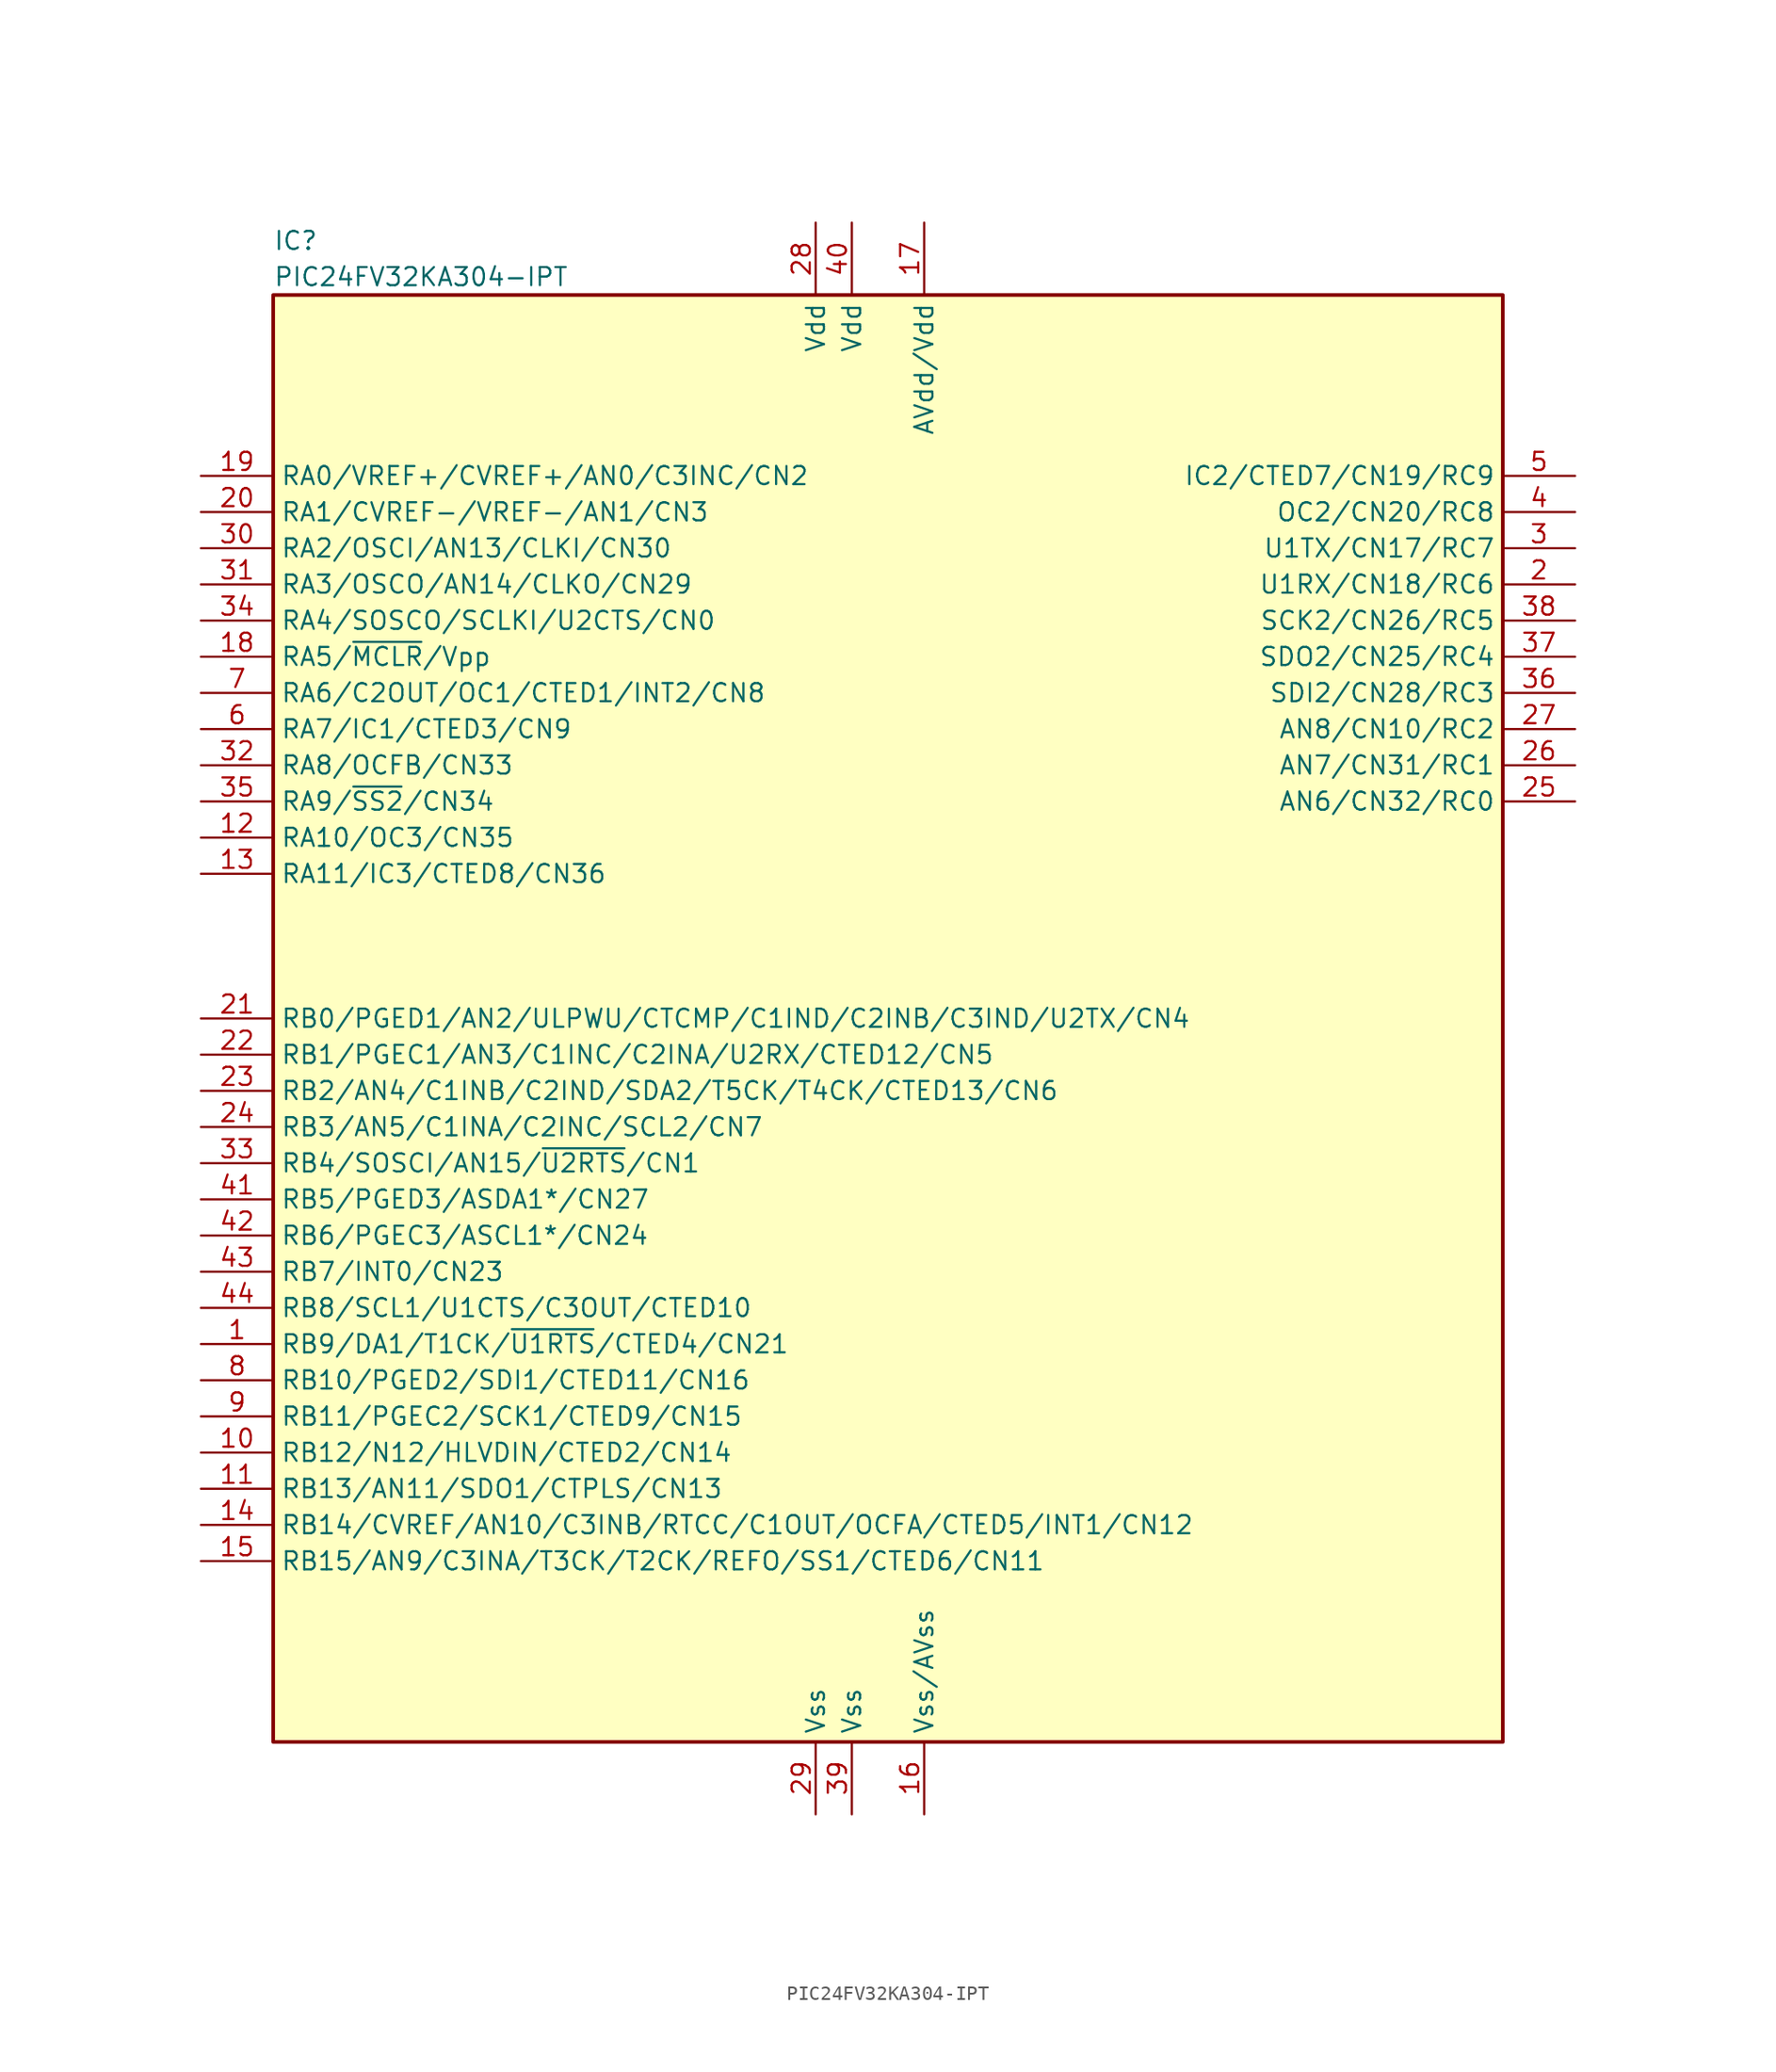
<source format=kicad_sym>
(kicad_symbol_lib
  (version 20231120)
  (generator "kicad_symbol_editor")
  (generator_version "8.0")
  (symbol "PIC24FV32KA304-IPT"
    (property "Reference" "IC"
      (at -43.18 54.61 0)
      (effects (font (size 1.27 1.27)) (justify left)))
    (property "Value" "PIC24FV32KA304-IPT"
      (at -43.18 52.07 0)
      (effects (font (size 1.27 1.27)) (justify left)))
    (symbol "PIC24FV32KA304-IPT_1_0"
      (rectangle (start -43.18 -50.8) (end 43.18 50.8) (stroke (width 0.254) (type default)) (fill (type background))))
    (symbol "PIC24FV32KA304-IPT_1_1"
      (pin bidirectional line (at -48.26 -22.86 0) (length 5.08) (name "RB9/DA1/T1CK/~{U1RTS}/CTED4/CN21" (effects (font (size 1.27 1.27)))) (number "1" (effects (font (size 1.27 1.27)))))
      (pin bidirectional line (at -48.26 -30.48 0) (length 5.08) (name "RB12/N12/HLVDIN/CTED2/CN14" (effects (font (size 1.27 1.27)))) (number "10" (effects (font (size 1.27 1.27)))))
      (pin bidirectional line (at -48.26 -33.02 0) (length 5.08) (name "RB13/AN11/SDO1/CTPLS/CN13" (effects (font (size 1.27 1.27)))) (number "11" (effects (font (size 1.27 1.27)))))
      (pin bidirectional line (at -48.26 12.7 0) (length 5.08) (name "RA10/OC3/CN35" (effects (font (size 1.27 1.27)))) (number "12" (effects (font (size 1.27 1.27)))))
      (pin bidirectional line (at -48.26 10.16 0) (length 5.08) (name "RA11/IC3/CTED8/CN36" (effects (font (size 1.27 1.27)))) (number "13" (effects (font (size 1.27 1.27)))))
      (pin bidirectional line (at -48.26 -35.56 0) (length 5.08) (name "RB14/CVREF/AN10/C3INB/RTCC/C1OUT/OCFA/CTED5/INT1/CN12" (effects (font (size 1.27 1.27)))) (number "14" (effects (font (size 1.27 1.27)))))
      (pin bidirectional line (at -48.26 -38.1 0) (length 5.08) (name "RB15/AN9/C3INA/T3CK/T2CK/REFO/SS1/CTED6/CN11" (effects (font (size 1.27 1.27)))) (number "15" (effects (font (size 1.27 1.27)))))
      (pin power_in line (at 2.54 -55.88 90) (length 5.08) (name "Vss/AVss" (effects (font (size 1.27 1.27)))) (number "16" (effects (font (size 1.27 1.27)))))
      (pin power_in line (at 2.54 55.88 270) (length 5.08) (name "AVdd/Vdd" (effects (font (size 1.27 1.27)))) (number "17" (effects (font (size 1.27 1.27)))))
      (pin bidirectional line (at -48.26 25.4 0) (length 5.08) (name "RA5/~{MCLR}/Vpp" (effects (font (size 1.27 1.27)))) (number "18" (effects (font (size 1.27 1.27)))))
      (pin bidirectional line (at -48.26 38.1 0) (length 5.08) (name "RA0/VREF+/CVREF+/AN0/C3INC/CN2" (effects (font (size 1.27 1.27)))) (number "19" (effects (font (size 1.27 1.27)))))
      (pin bidirectional line (at 48.26 30.48 180) (length 5.08) (name "U1RX/CN18/RC6" (effects (font (size 1.27 1.27)))) (number "2" (effects (font (size 1.27 1.27)))))
      (pin bidirectional line (at -48.26 35.56 0) (length 5.08) (name "RA1/CVREF-/VREF-/AN1/CN3" (effects (font (size 1.27 1.27)))) (number "20" (effects (font (size 1.27 1.27)))))
      (pin bidirectional line (at -48.26 0 0) (length 5.08) (name "RB0/PGED1/AN2/ULPWU/CTCMP/C1IND/C2INB/C3IND/U2TX/CN4" (effects (font (size 1.27 1.27)))) (number "21" (effects (font (size 1.27 1.27)))))
      (pin bidirectional line (at -48.26 -2.54 0) (length 5.08) (name "RB1/PGEC1/AN3/C1INC/C2INA/U2RX/CTED12/CN5" (effects (font (size 1.27 1.27)))) (number "22" (effects (font (size 1.27 1.27)))))
      (pin bidirectional line (at -48.26 -5.08 0) (length 5.08) (name "RB2/AN4/C1INB/C2IND/SDA2/T5CK/T4CK/CTED13/CN6" (effects (font (size 1.27 1.27)))) (number "23" (effects (font (size 1.27 1.27)))))
      (pin bidirectional line (at -48.26 -7.62 0) (length 5.08) (name "RB3/AN5/C1INA/C2INC/SCL2/CN7" (effects (font (size 1.27 1.27)))) (number "24" (effects (font (size 1.27 1.27)))))
      (pin bidirectional line (at 48.26 15.24 180) (length 5.08) (name "AN6/CN32/RC0" (effects (font (size 1.27 1.27)))) (number "25" (effects (font (size 1.27 1.27)))))
      (pin bidirectional line (at 48.26 17.78 180) (length 5.08) (name "AN7/CN31/RC1" (effects (font (size 1.27 1.27)))) (number "26" (effects (font (size 1.27 1.27)))))
      (pin bidirectional line (at 48.26 20.32 180) (length 5.08) (name "AN8/CN10/RC2" (effects (font (size 1.27 1.27)))) (number "27" (effects (font (size 1.27 1.27)))))
      (pin power_in line (at -5.08 55.88 270) (length 5.08) (name "Vdd" (effects (font (size 1.27 1.27)))) (number "28" (effects (font (size 1.27 1.27)))))
      (pin power_in line (at -5.08 -55.88 90) (length 5.08) (name "Vss" (effects (font (size 1.27 1.27)))) (number "29" (effects (font (size 1.27 1.27)))))
      (pin bidirectional line (at 48.26 33.02 180) (length 5.08) (name "U1TX/CN17/RC7" (effects (font (size 1.27 1.27)))) (number "3" (effects (font (size 1.27 1.27)))))
      (pin bidirectional line (at -48.26 33.02 0) (length 5.08) (name "RA2/OSCI/AN13/CLKI/CN30" (effects (font (size 1.27 1.27)))) (number "30" (effects (font (size 1.27 1.27)))))
      (pin bidirectional line (at -48.26 30.48 0) (length 5.08) (name "RA3/OSCO/AN14/CLKO/CN29" (effects (font (size 1.27 1.27)))) (number "31" (effects (font (size 1.27 1.27)))))
      (pin bidirectional line (at -48.26 17.78 0) (length 5.08) (name "RA8/OCFB/CN33" (effects (font (size 1.27 1.27)))) (number "32" (effects (font (size 1.27 1.27)))))
      (pin bidirectional line (at -48.26 -10.16 0) (length 5.08) (name "RB4/SOSCI/AN15/~{U2RTS}/CN1" (effects (font (size 1.27 1.27)))) (number "33" (effects (font (size 1.27 1.27)))))
      (pin bidirectional line (at -48.26 27.94 0) (length 5.08) (name "RA4/SOSCO/SCLKI/U2CTS/CN0" (effects (font (size 1.27 1.27)))) (number "34" (effects (font (size 1.27 1.27)))))
      (pin bidirectional line (at -48.26 15.24 0) (length 5.08) (name "RA9/~{SS2}/CN34" (effects (font (size 1.27 1.27)))) (number "35" (effects (font (size 1.27 1.27)))))
      (pin bidirectional line (at 48.26 22.86 180) (length 5.08) (name "SDI2/CN28/RC3" (effects (font (size 1.27 1.27)))) (number "36" (effects (font (size 1.27 1.27)))))
      (pin bidirectional line (at 48.26 25.4 180) (length 5.08) (name "SDO2/CN25/RC4" (effects (font (size 1.27 1.27)))) (number "37" (effects (font (size 1.27 1.27)))))
      (pin bidirectional line (at 48.26 27.94 180) (length 5.08) (name "SCK2/CN26/RC5" (effects (font (size 1.27 1.27)))) (number "38" (effects (font (size 1.27 1.27)))))
      (pin power_in line (at -2.54 -55.88 90) (length 5.08) (name "Vss" (effects (font (size 1.27 1.27)))) (number "39" (effects (font (size 1.27 1.27)))))
      (pin bidirectional line (at 48.26 35.56 180) (length 5.08) (name "OC2/CN20/RC8" (effects (font (size 1.27 1.27)))) (number "4" (effects (font (size 1.27 1.27)))))
      (pin power_in line (at -2.54 55.88 270) (length 5.08) (name "Vdd" (effects (font (size 1.27 1.27)))) (number "40" (effects (font (size 1.27 1.27)))))
      (pin bidirectional line (at -48.26 -12.7 0) (length 5.08) (name "RB5/PGED3/ASDA1*/CN27" (effects (font (size 1.27 1.27)))) (number "41" (effects (font (size 1.27 1.27)))))
      (pin bidirectional line (at -48.26 -15.24 0) (length 5.08) (name "RB6/PGEC3/ASCL1*/CN24" (effects (font (size 1.27 1.27)))) (number "42" (effects (font (size 1.27 1.27)))))
      (pin bidirectional line (at -48.26 -17.78 0) (length 5.08) (name "RB7/INT0/CN23" (effects (font (size 1.27 1.27)))) (number "43" (effects (font (size 1.27 1.27)))))
      (pin bidirectional line (at -48.26 -20.32 0) (length 5.08) (name "RB8/SCL1/U1CTS/C3OUT/CTED10" (effects (font (size 1.27 1.27)))) (number "44" (effects (font (size 1.27 1.27)))))
      (pin bidirectional line (at 48.26 38.1 180) (length 5.08) (name "IC2/CTED7/CN19/RC9" (effects (font (size 1.27 1.27)))) (number "5" (effects (font (size 1.27 1.27)))))
      (pin bidirectional line (at -48.26 20.32 0) (length 5.08) (name "RA7/IC1/CTED3/CN9" (effects (font (size 1.27 1.27)))) (number "6" (effects (font (size 1.27 1.27)))))
      (pin bidirectional line (at -48.26 22.86 0) (length 5.08) (name "RA6/C2OUT/OC1/CTED1/INT2/CN8" (effects (font (size 1.27 1.27)))) (number "7" (effects (font (size 1.27 1.27)))))
      (pin bidirectional line (at -48.26 -25.4 0) (length 5.08) (name "RB10/PGED2/SDI1/CTED11/CN16" (effects (font (size 1.27 1.27)))) (number "8" (effects (font (size 1.27 1.27)))))
      (pin bidirectional line (at -48.26 -27.94 0) (length 5.08) (name "RB11/PGEC2/SCK1/CTED9/CN15" (effects (font (size 1.27 1.27)))) (number "9" (effects (font (size 1.27 1.27))))))))
</source>
